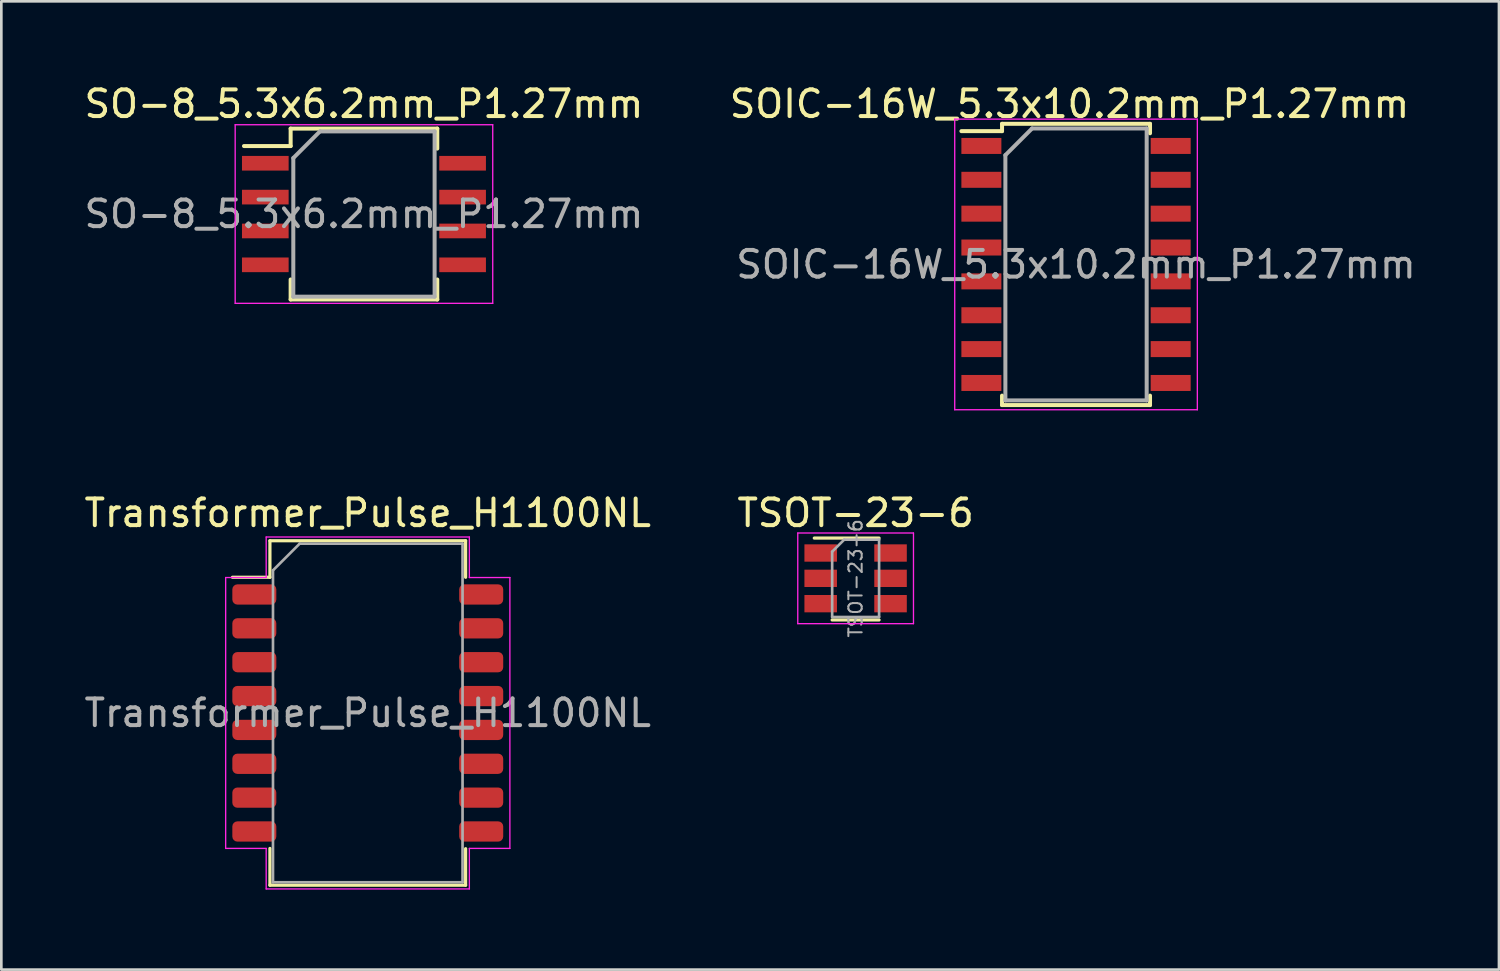
<source format=kicad_pcb>
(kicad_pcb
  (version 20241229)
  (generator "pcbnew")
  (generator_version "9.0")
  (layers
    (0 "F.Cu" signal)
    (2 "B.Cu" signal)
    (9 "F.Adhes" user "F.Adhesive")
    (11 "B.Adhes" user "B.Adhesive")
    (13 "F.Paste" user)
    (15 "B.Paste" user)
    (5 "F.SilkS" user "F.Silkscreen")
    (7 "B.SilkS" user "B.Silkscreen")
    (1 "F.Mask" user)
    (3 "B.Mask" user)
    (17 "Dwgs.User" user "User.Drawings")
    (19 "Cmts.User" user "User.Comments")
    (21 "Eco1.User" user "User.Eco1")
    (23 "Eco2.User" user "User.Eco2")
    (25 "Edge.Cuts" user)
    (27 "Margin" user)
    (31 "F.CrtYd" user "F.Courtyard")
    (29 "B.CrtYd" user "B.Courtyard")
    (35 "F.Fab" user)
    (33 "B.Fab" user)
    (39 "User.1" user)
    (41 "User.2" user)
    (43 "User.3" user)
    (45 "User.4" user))
  (footprint "Transformer_Pulse_H1100NL"
    (layer "F.Cu")
    (at 10.744 23.692)
    (property "Reference" "Transformer_Pulse_H1100NL" (at 0 -7.5 0) (layer "F.SilkS") (effects (font (size 1 1) (thickness 0.15))))
    (attr smd)
    (fp_line (start -3.67 -6.46) (end -3.67 -5.09) (stroke (width 0.12) (type solid)) (layer "F.SilkS"))
    (fp_line (start -3.67 -5.09) (end -5.075 -5.09) (stroke (width 0.12) (type solid)) (layer "F.SilkS"))
    (fp_line (start -3.67 6.46) (end -3.67 5.08) (stroke (width 0.12) (type solid)) (layer "F.SilkS"))
    (fp_line (start 3.67 -6.46) (end -3.67 -6.46) (stroke (width 0.12) (type solid)) (layer "F.SilkS"))
    (fp_line (start 3.67 -5.09) (end 3.67 -6.46) (stroke (width 0.12) (type solid)) (layer "F.SilkS"))
    (fp_line (start 3.67 6.46) (end -3.67 6.46) (stroke (width 0.12) (type solid)) (layer "F.SilkS"))
    (fp_line (start 3.67 6.46) (end 3.67 5.09) (stroke (width 0.12) (type solid)) (layer "F.SilkS"))
    (fp_line (start -5.33 -5.08) (end -3.81 -5.08) (stroke (width 0.05) (type solid)) (layer "F.CrtYd"))
    (fp_line (start -5.33 5.08) (end -5.33 -5.08) (stroke (width 0.05) (type solid)) (layer "F.CrtYd"))
    (fp_line (start -5.33 5.08) (end -3.81 5.08) (stroke (width 0.05) (type solid)) (layer "F.CrtYd"))
    (fp_line (start -3.81 -6.6) (end -3.81 -5.08) (stroke (width 0.05) (type solid)) (layer "F.CrtYd"))
    (fp_line (start -3.81 -6.6) (end 3.81 -6.6) (stroke (width 0.05) (type solid)) (layer "F.CrtYd"))
    (fp_line (start -3.81 6.6) (end -3.81 5.08) (stroke (width 0.05) (type solid)) (layer "F.CrtYd"))
    (fp_line (start -3.81 6.6) (end 3.81 6.6) (stroke (width 0.05) (type solid)) (layer "F.CrtYd"))
    (fp_line (start 3.81 -6.6) (end 3.81 -5.08) (stroke (width 0.05) (type solid)) (layer "F.CrtYd"))
    (fp_line (start 3.81 6.6) (end 3.81 5.08) (stroke (width 0.05) (type solid)) (layer "F.CrtYd"))
    (fp_line (start 5.33 -5.08) (end 3.81 -5.08) (stroke (width 0.05) (type solid)) (layer "F.CrtYd"))
    (fp_line (start 5.33 -5.08) (end 5.33 5.08) (stroke (width 0.05) (type solid)) (layer "F.CrtYd"))
    (fp_line (start 5.33 5.08) (end 3.81 5.08) (stroke (width 0.05) (type solid)) (layer "F.CrtYd"))
    (fp_line (start -3.555 -5.35) (end -3.555 6.35) (stroke (width 0.1) (type solid)) (layer "F.Fab"))
    (fp_line (start -3.555 -5.35) (end -2.555 -6.35) (stroke (width 0.1) (type solid)) (layer "F.Fab"))
    (fp_line (start -3.555 6.35) (end 3.555 6.35) (stroke (width 0.1) (type solid)) (layer "F.Fab"))
    (fp_line (start -2.555 -6.35) (end 3.555 -6.35) (stroke (width 0.1) (type solid)) (layer "F.Fab"))
    (fp_line (start 3.555 -6.35) (end 3.555 6.35) (stroke (width 0.1) (type solid)) (layer "F.Fab"))
    (fp_text user "${REFERENCE}" (at 0 0 0) (layer "F.Fab") (effects (font (size 1 1) (thickness 0.15))))
    (pad "1" smd roundrect (at -4.255 -4.445) (size 1.65 0.76) (layers "F.Cu" "F.Mask" "F.Paste") (roundrect_rratio 0.25))
    (pad "2" smd roundrect (at -4.255 -3.175) (size 1.65 0.76) (layers "F.Cu" "F.Mask" "F.Paste") (roundrect_rratio 0.25))
    (pad "3" smd roundrect (at -4.255 -1.905) (size 1.65 0.76) (layers "F.Cu" "F.Mask" "F.Paste") (roundrect_rratio 0.25))
    (pad "4" smd roundrect (at -4.255 -0.635) (size 1.65 0.76) (layers "F.Cu" "F.Mask" "F.Paste") (roundrect_rratio 0.25))
    (pad "5" smd roundrect (at -4.255 0.635) (size 1.65 0.76) (layers "F.Cu" "F.Mask" "F.Paste") (roundrect_rratio 0.25))
    (pad "6" smd roundrect (at -4.255 1.905) (size 1.65 0.76) (layers "F.Cu" "F.Mask" "F.Paste") (roundrect_rratio 0.25))
    (pad "7" smd roundrect (at -4.255 3.175) (size 1.65 0.76) (layers "F.Cu" "F.Mask" "F.Paste") (roundrect_rratio 0.25))
    (pad "8" smd roundrect (at -4.255 4.445) (size 1.65 0.76) (layers "F.Cu" "F.Mask" "F.Paste") (roundrect_rratio 0.25))
    (pad "9" smd roundrect (at 4.255 4.445) (size 1.65 0.76) (layers "F.Cu" "F.Mask" "F.Paste") (roundrect_rratio 0.25))
    (pad "10" smd roundrect (at 4.255 3.175) (size 1.65 0.76) (layers "F.Cu" "F.Mask" "F.Paste") (roundrect_rratio 0.25))
    (pad "11" smd roundrect (at 4.255 1.905) (size 1.65 0.76) (layers "F.Cu" "F.Mask" "F.Paste") (roundrect_rratio 0.25))
    (pad "12" smd roundrect (at 4.255 0.635) (size 1.65 0.76) (layers "F.Cu" "F.Mask" "F.Paste") (roundrect_rratio 0.25))
    (pad "13" smd roundrect (at 4.255 -0.635) (size 1.65 0.76) (layers "F.Cu" "F.Mask" "F.Paste") (roundrect_rratio 0.25))
    (pad "14" smd roundrect (at 4.255 -1.905) (size 1.65 0.76) (layers "F.Cu" "F.Mask" "F.Paste") (roundrect_rratio 0.25))
    (pad "15" smd roundrect (at 4.255 -3.175) (size 1.65 0.76) (layers "F.Cu" "F.Mask" "F.Paste") (roundrect_rratio 0.25))
    (pad "16" smd roundrect (at 4.255 -4.445) (size 1.65 0.76) (layers "F.Cu" "F.Mask" "F.Paste") (roundrect_rratio 0.25)))
  (footprint "TSOT-23-6"
    (layer "F.Cu")
    (at 29.042 18.642)
    (property "Reference" "TSOT-23-6" (at 0 -2.45 0) (layer "F.SilkS") (effects (font (size 1 1) (thickness 0.15))))
    (attr smd)
    (fp_line (start -0.88 1.56) (end 0.88 1.56) (stroke (width 0.12) (type solid)) (layer "F.SilkS"))
    (fp_line (start 0.88 -1.51) (end -1.55 -1.51) (stroke (width 0.12) (type solid)) (layer "F.SilkS"))
    (fp_line (start -2.17 -1.7) (end -2.17 1.7) (stroke (width 0.05) (type solid)) (layer "F.CrtYd"))
    (fp_line (start -2.17 -1.7) (end 2.17 -1.7) (stroke (width 0.05) (type solid)) (layer "F.CrtYd"))
    (fp_line (start 2.17 1.7) (end -2.17 1.7) (stroke (width 0.05) (type solid)) (layer "F.CrtYd"))
    (fp_line (start 2.17 1.7) (end 2.17 -1.7) (stroke (width 0.05) (type solid)) (layer "F.CrtYd"))
    (fp_line (start -0.88 -1) (end -0.88 1.45) (stroke (width 0.1) (type solid)) (layer "F.Fab"))
    (fp_line (start -0.88 -1) (end -0.43 -1.45) (stroke (width 0.1) (type solid)) (layer "F.Fab"))
    (fp_line (start 0.88 -1.45) (end -0.43 -1.45) (stroke (width 0.1) (type solid)) (layer "F.Fab"))
    (fp_line (start 0.88 -1.45) (end 0.88 1.45) (stroke (width 0.1) (type solid)) (layer "F.Fab"))
    (fp_line (start 0.88 1.45) (end -0.88 1.45) (stroke (width 0.1) (type solid)) (layer "F.Fab"))
    (fp_text user "${REFERENCE}" (at 0 0 90) (layer "F.Fab") (effects (font (size 0.5 0.5) (thickness 0.075))))
    (pad "1" smd rect (at -1.31 -0.95) (size 1.22 0.65) (layers "F.Cu" "F.Mask" "F.Paste"))
    (pad "2" smd rect (at -1.31 0) (size 1.22 0.65) (layers "F.Cu" "F.Mask" "F.Paste"))
    (pad "3" smd rect (at -1.31 0.95) (size 1.22 0.65) (layers "F.Cu" "F.Mask" "F.Paste"))
    (pad "4" smd rect (at 1.31 0.95) (size 1.22 0.65) (layers "F.Cu" "F.Mask" "F.Paste"))
    (pad "5" smd rect (at 1.31 0) (size 1.22 0.65) (layers "F.Cu" "F.Mask" "F.Paste"))
    (pad "6" smd rect (at 1.31 -0.95) (size 1.22 0.65) (layers "F.Cu" "F.Mask" "F.Paste")))
  (footprint "SO-8_5.3x6.2mm_P1.27mm"
    (layer "F.Cu")
    (at 10.601 4.978)
    (property "Reference" "SO-8_5.3x6.2mm_P1.27mm" (at 0 -4.13 0) (layer "F.SilkS") (effects (font (size 1 1) (thickness 0.15))))
    (attr smd)
    (fp_line (start -2.75 -3.205) (end -2.75 -2.55) (stroke (width 0.15) (type solid)) (layer "F.SilkS"))
    (fp_line (start -2.75 -3.205) (end 2.75 -3.205) (stroke (width 0.15) (type solid)) (layer "F.SilkS"))
    (fp_line (start -2.75 -2.55) (end -4.5 -2.55) (stroke (width 0.15) (type solid)) (layer "F.SilkS"))
    (fp_line (start -2.75 3.205) (end -2.75 2.455) (stroke (width 0.15) (type solid)) (layer "F.SilkS"))
    (fp_line (start -2.75 3.205) (end 2.75 3.205) (stroke (width 0.15) (type solid)) (layer "F.SilkS"))
    (fp_line (start 2.75 -3.205) (end 2.75 -2.455) (stroke (width 0.15) (type solid)) (layer "F.SilkS"))
    (fp_line (start 2.75 3.205) (end 2.75 2.455) (stroke (width 0.15) (type solid)) (layer "F.SilkS"))
    (fp_line (start -4.83 -3.35) (end -4.83 3.35) (stroke (width 0.05) (type solid)) (layer "F.CrtYd"))
    (fp_line (start -4.83 -3.35) (end 4.83 -3.35) (stroke (width 0.05) (type solid)) (layer "F.CrtYd"))
    (fp_line (start -4.83 3.35) (end 4.83 3.35) (stroke (width 0.05) (type solid)) (layer "F.CrtYd"))
    (fp_line (start 4.83 -3.35) (end 4.83 3.35) (stroke (width 0.05) (type solid)) (layer "F.CrtYd"))
    (fp_line (start -2.65 -2.1) (end -1.65 -3.1) (stroke (width 0.15) (type solid)) (layer "F.Fab"))
    (fp_line (start -2.65 3.1) (end -2.65 -2.1) (stroke (width 0.15) (type solid)) (layer "F.Fab"))
    (fp_line (start -1.65 -3.1) (end 2.65 -3.1) (stroke (width 0.15) (type solid)) (layer "F.Fab"))
    (fp_line (start 2.65 -3.1) (end 2.65 3.1) (stroke (width 0.15) (type solid)) (layer "F.Fab"))
    (fp_line (start 2.65 3.1) (end -2.65 3.1) (stroke (width 0.15) (type solid)) (layer "F.Fab"))
    (fp_text user "${REFERENCE}" (at 0 0 0) (layer "F.Fab") (effects (font (size 1 1) (thickness 0.15))))
    (pad "1" smd rect (at -3.7 -1.905) (size 1.75 0.55) (layers "F.Cu" "F.Mask" "F.Paste"))
    (pad "2" smd rect (at -3.7 -0.635) (size 1.75 0.55) (layers "F.Cu" "F.Mask" "F.Paste"))
    (pad "3" smd rect (at -3.7 0.635) (size 1.75 0.55) (layers "F.Cu" "F.Mask" "F.Paste"))
    (pad "4" smd rect (at -3.7 1.905) (size 1.75 0.55) (layers "F.Cu" "F.Mask" "F.Paste"))
    (pad "5" smd rect (at 3.7 1.905) (size 1.75 0.55) (layers "F.Cu" "F.Mask" "F.Paste"))
    (pad "6" smd rect (at 3.7 0.635) (size 1.75 0.55) (layers "F.Cu" "F.Mask" "F.Paste"))
    (pad "7" smd rect (at 3.7 -0.635) (size 1.75 0.55) (layers "F.Cu" "F.Mask" "F.Paste"))
    (pad "8" smd rect (at 3.7 -1.905) (size 1.75 0.55) (layers "F.Cu" "F.Mask" "F.Paste")))
  (footprint "SOIC-16W_5.3x10.2mm_P1.27mm"
    (layer "F.Cu")
    (at 37.309 6.869)
    (property "Reference" "SOIC-16W_5.3x10.2mm_P1.27mm" (at -0.244 -6.02 0) (layer "F.SilkS") (effects (font (size 1 1) (thickness 0.15))))
    (attr smd)
    (fp_line (start -2.775 -5.275) (end -2.775 -5) (stroke (width 0.15) (type solid)) (layer "F.SilkS"))
    (fp_line (start -2.775 -5.275) (end 2.775 -5.275) (stroke (width 0.15) (type solid)) (layer "F.SilkS"))
    (fp_line (start -2.775 -5) (end -4.3 -5) (stroke (width 0.15) (type solid)) (layer "F.SilkS"))
    (fp_line (start -2.775 5.275) (end -2.775 4.92) (stroke (width 0.15) (type solid)) (layer "F.SilkS"))
    (fp_line (start -2.775 5.275) (end 2.775 5.275) (stroke (width 0.15) (type solid)) (layer "F.SilkS"))
    (fp_line (start 2.775 -5.275) (end 2.775 -4.92) (stroke (width 0.15) (type solid)) (layer "F.SilkS"))
    (fp_line (start 2.775 5.275) (end 2.775 4.92) (stroke (width 0.15) (type solid)) (layer "F.SilkS"))
    (fp_line (start -4.55 -5.45) (end -4.55 5.45) (stroke (width 0.05) (type solid)) (layer "F.CrtYd"))
    (fp_line (start -4.55 -5.45) (end 4.55 -5.45) (stroke (width 0.05) (type solid)) (layer "F.CrtYd"))
    (fp_line (start -4.55 5.45) (end 4.55 5.45) (stroke (width 0.05) (type solid)) (layer "F.CrtYd"))
    (fp_line (start 4.55 -5.45) (end 4.55 5.45) (stroke (width 0.05) (type solid)) (layer "F.CrtYd"))
    (fp_line (start -2.65 -4.1) (end -1.65 -5.1) (stroke (width 0.15) (type solid)) (layer "F.Fab"))
    (fp_line (start -2.65 5.1) (end -2.65 -4.1) (stroke (width 0.15) (type solid)) (layer "F.Fab"))
    (fp_line (start -1.65 -5.1) (end 2.65 -5.1) (stroke (width 0.15) (type solid)) (layer "F.Fab"))
    (fp_line (start 2.65 -5.1) (end 2.65 5.1) (stroke (width 0.15) (type solid)) (layer "F.Fab"))
    (fp_line (start 2.65 5.1) (end -2.65 5.1) (stroke (width 0.15) (type solid)) (layer "F.Fab"))
    (fp_text user "${REFERENCE}" (at 0 0 0) (layer "F.Fab") (effects (font (size 1 1) (thickness 0.15))))
    (pad "1" smd rect (at -3.55 -4.445) (size 1.5 0.6) (layers "F.Cu" "F.Mask" "F.Paste"))
    (pad "2" smd rect (at -3.55 -3.175) (size 1.5 0.6) (layers "F.Cu" "F.Mask" "F.Paste"))
    (pad "3" smd rect (at -3.55 -1.905) (size 1.5 0.6) (layers "F.Cu" "F.Mask" "F.Paste"))
    (pad "4" smd rect (at -3.55 -0.635) (size 1.5 0.6) (layers "F.Cu" "F.Mask" "F.Paste"))
    (pad "5" smd rect (at -3.55 0.635) (size 1.5 0.6) (layers "F.Cu" "F.Mask" "F.Paste"))
    (pad "6" smd rect (at -3.55 1.905) (size 1.5 0.6) (layers "F.Cu" "F.Mask" "F.Paste"))
    (pad "7" smd rect (at -3.55 3.175) (size 1.5 0.6) (layers "F.Cu" "F.Mask" "F.Paste"))
    (pad "8" smd rect (at -3.55 4.445) (size 1.5 0.6) (layers "F.Cu" "F.Mask" "F.Paste"))
    (pad "9" smd rect (at 3.55 4.445) (size 1.5 0.6) (layers "F.Cu" "F.Mask" "F.Paste"))
    (pad "10" smd rect (at 3.55 3.175) (size 1.5 0.6) (layers "F.Cu" "F.Mask" "F.Paste"))
    (pad "11" smd rect (at 3.55 1.905) (size 1.5 0.6) (layers "F.Cu" "F.Mask" "F.Paste"))
    (pad "12" smd rect (at 3.55 0.635) (size 1.5 0.6) (layers "F.Cu" "F.Mask" "F.Paste"))
    (pad "13" smd rect (at 3.55 -0.635) (size 1.5 0.6) (layers "F.Cu" "F.Mask" "F.Paste"))
    (pad "14" smd rect (at 3.55 -1.905) (size 1.5 0.6) (layers "F.Cu" "F.Mask" "F.Paste"))
    (pad "15" smd rect (at 3.55 -3.175) (size 1.5 0.6) (layers "F.Cu" "F.Mask" "F.Paste"))
    (pad "16" smd rect (at 3.55 -4.445) (size 1.5 0.6) (layers "F.Cu" "F.Mask" "F.Paste")))
  (gr_rect
    (start -3 -3)
    (end 53.172 33.317)
    (stroke (width 0.1) (type default))
    (fill no)
    (layer "Edge.Cuts")))
</source>
